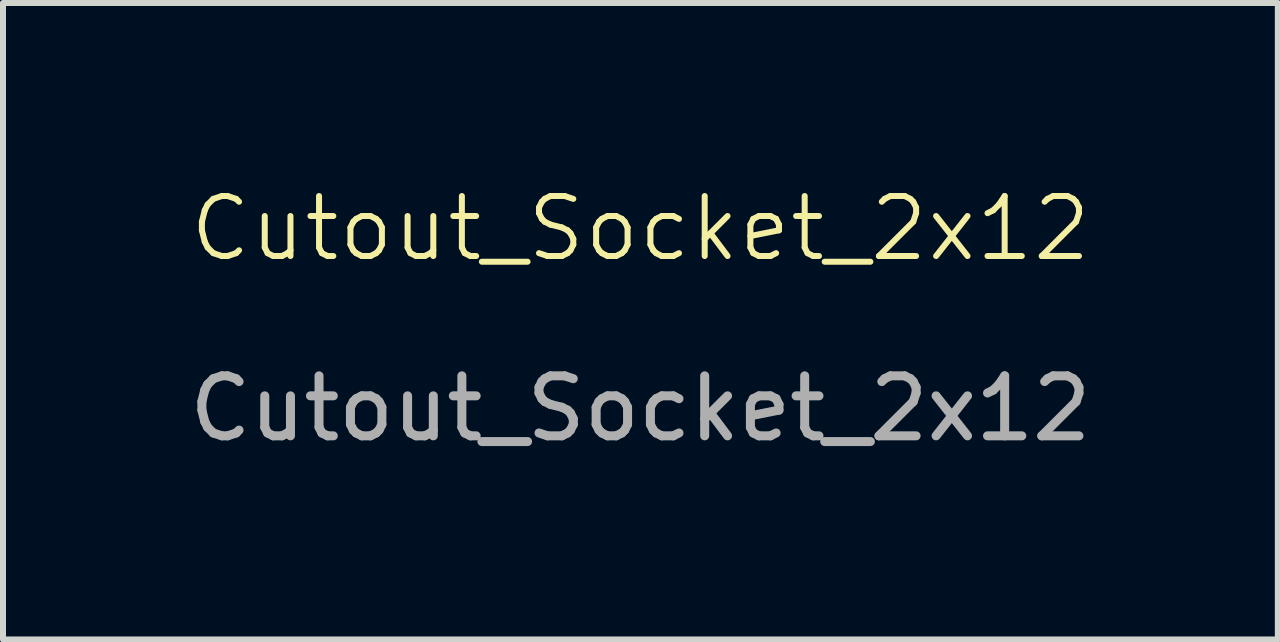
<source format=kicad_pcb>
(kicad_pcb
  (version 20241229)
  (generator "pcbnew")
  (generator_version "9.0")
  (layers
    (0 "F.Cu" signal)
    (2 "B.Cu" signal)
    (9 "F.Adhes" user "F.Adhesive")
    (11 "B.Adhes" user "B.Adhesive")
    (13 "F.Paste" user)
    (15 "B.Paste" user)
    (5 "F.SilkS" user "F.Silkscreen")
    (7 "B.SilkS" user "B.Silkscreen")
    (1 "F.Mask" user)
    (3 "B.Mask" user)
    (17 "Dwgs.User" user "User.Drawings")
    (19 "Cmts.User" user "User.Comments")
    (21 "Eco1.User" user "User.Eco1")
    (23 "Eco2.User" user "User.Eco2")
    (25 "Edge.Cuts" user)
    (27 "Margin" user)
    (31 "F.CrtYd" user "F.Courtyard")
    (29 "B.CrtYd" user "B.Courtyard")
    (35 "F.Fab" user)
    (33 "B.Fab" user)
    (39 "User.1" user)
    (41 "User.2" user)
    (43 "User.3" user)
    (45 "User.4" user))
  (footprint "Cutout_Socket_2x12"
    (layer "F.Cu")
    (at 7.625 1.26)
    (property "Reference" "Cutout_Socket_2x12" (at 0 -0.5 0) (unlocked yes) (layer "F.SilkS") (effects (font (size 1 1) (thickness 0.1))))
    (attr through_hole)
    (fp_text user "${REFERENCE}" (at 0 2.5 0) (unlocked yes) (layer "F.Fab") (effects (font (size 1 1) (thickness 0.15)))))
  (gr_rect
    (start -3 -3)
    (end 18.25 7.609)
    (stroke (width 0.1) (type default))
    (fill no)
    (layer "Edge.Cuts")))
</source>
